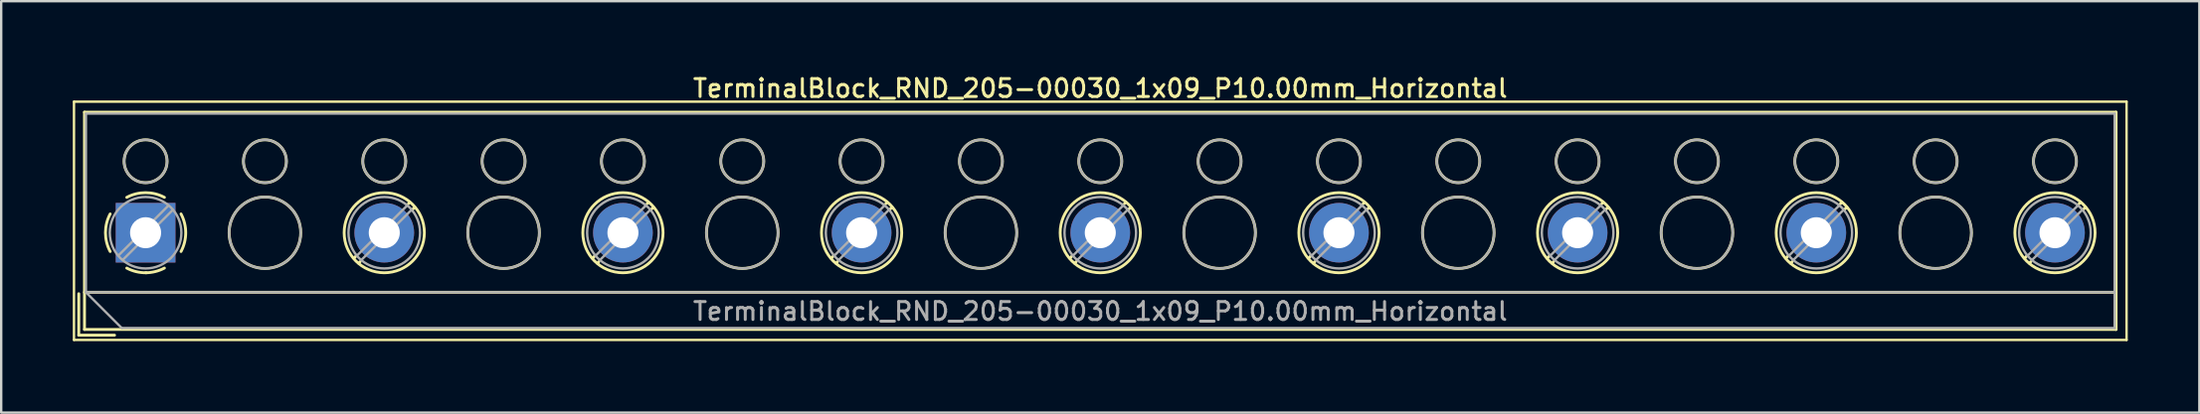
<source format=kicad_pcb>
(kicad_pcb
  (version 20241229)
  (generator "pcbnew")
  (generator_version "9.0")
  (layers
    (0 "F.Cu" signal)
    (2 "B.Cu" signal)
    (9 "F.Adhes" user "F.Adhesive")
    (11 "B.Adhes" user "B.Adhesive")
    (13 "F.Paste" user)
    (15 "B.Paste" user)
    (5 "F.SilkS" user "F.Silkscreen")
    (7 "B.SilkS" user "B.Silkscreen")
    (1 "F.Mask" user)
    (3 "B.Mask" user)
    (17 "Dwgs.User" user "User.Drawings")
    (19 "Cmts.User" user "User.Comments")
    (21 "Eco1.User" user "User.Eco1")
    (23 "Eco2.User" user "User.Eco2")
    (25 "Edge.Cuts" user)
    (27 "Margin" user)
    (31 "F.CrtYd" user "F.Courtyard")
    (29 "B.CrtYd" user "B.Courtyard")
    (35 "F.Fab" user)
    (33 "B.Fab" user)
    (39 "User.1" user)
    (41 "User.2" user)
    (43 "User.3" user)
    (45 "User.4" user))
  (footprint "TerminalBlock_RND_205-00030_1x09_P10.00mm_Horizontal"
    (layer "F.Cu")
    (at 3.05 6.718)
    (property "Reference" "TerminalBlock_RND_205-00030_1x09_P10.00mm_Horizontal" (at 40 -6.06 0) (layer "F.SilkS") (effects (font (size 0.75 0.75) (thickness 0.125))))
    (attr through_hole)
    (fp_line (start -3 -5.5) (end -3 4.5) (stroke (width 0.1) (type solid)) (layer "F.SilkS"))
    (fp_line (start -3 4.5) (end 83 4.5) (stroke (width 0.1) (type solid)) (layer "F.SilkS"))
    (fp_line (start -2.8 2.56) (end -2.8 4.3) (stroke (width 0.12) (type solid)) (layer "F.SilkS"))
    (fp_line (start -2.8 4.3) (end -1.3 4.3) (stroke (width 0.12) (type solid)) (layer "F.SilkS"))
    (fp_line (start -2.56 -5.06) (end -2.56 4.06) (stroke (width 0.12) (type solid)) (layer "F.SilkS"))
    (fp_line (start -2.56 -5.06) (end 82.56 -5.06) (stroke (width 0.12) (type solid)) (layer "F.SilkS"))
    (fp_line (start -2.56 2.5) (end 82.56 2.5) (stroke (width 0.12) (type solid)) (layer "F.SilkS"))
    (fp_line (start -2.56 4.06) (end 82.56 4.06) (stroke (width 0.12) (type solid)) (layer "F.SilkS"))
    (fp_line (start 8.82 0.976) (end 8.726 1.069) (stroke (width 0.12) (type solid)) (layer "F.SilkS"))
    (fp_line (start 8.99 1.216) (end 8.931 1.274) (stroke (width 0.12) (type solid)) (layer "F.SilkS"))
    (fp_line (start 11.07 -1.275) (end 11.011 -1.216) (stroke (width 0.12) (type solid)) (layer "F.SilkS"))
    (fp_line (start 11.275 -1.069) (end 11.181 -0.976) (stroke (width 0.12) (type solid)) (layer "F.SilkS"))
    (fp_line (start 18.82 0.976) (end 18.726 1.069) (stroke (width 0.12) (type solid)) (layer "F.SilkS"))
    (fp_line (start 18.99 1.216) (end 18.931 1.274) (stroke (width 0.12) (type solid)) (layer "F.SilkS"))
    (fp_line (start 21.07 -1.275) (end 21.011 -1.216) (stroke (width 0.12) (type solid)) (layer "F.SilkS"))
    (fp_line (start 21.275 -1.069) (end 21.181 -0.976) (stroke (width 0.12) (type solid)) (layer "F.SilkS"))
    (fp_line (start 28.82 0.976) (end 28.726 1.069) (stroke (width 0.12) (type solid)) (layer "F.SilkS"))
    (fp_line (start 28.99 1.216) (end 28.931 1.274) (stroke (width 0.12) (type solid)) (layer "F.SilkS"))
    (fp_line (start 31.07 -1.275) (end 31.011 -1.216) (stroke (width 0.12) (type solid)) (layer "F.SilkS"))
    (fp_line (start 31.275 -1.069) (end 31.181 -0.976) (stroke (width 0.12) (type solid)) (layer "F.SilkS"))
    (fp_line (start 38.82 0.976) (end 38.726 1.069) (stroke (width 0.12) (type solid)) (layer "F.SilkS"))
    (fp_line (start 38.99 1.216) (end 38.931 1.274) (stroke (width 0.12) (type solid)) (layer "F.SilkS"))
    (fp_line (start 41.07 -1.275) (end 41.011 -1.216) (stroke (width 0.12) (type solid)) (layer "F.SilkS"))
    (fp_line (start 41.275 -1.069) (end 41.181 -0.976) (stroke (width 0.12) (type solid)) (layer "F.SilkS"))
    (fp_line (start 48.82 0.976) (end 48.726 1.069) (stroke (width 0.12) (type solid)) (layer "F.SilkS"))
    (fp_line (start 48.99 1.216) (end 48.931 1.274) (stroke (width 0.12) (type solid)) (layer "F.SilkS"))
    (fp_line (start 51.07 -1.275) (end 51.011 -1.216) (stroke (width 0.12) (type solid)) (layer "F.SilkS"))
    (fp_line (start 51.275 -1.069) (end 51.181 -0.976) (stroke (width 0.12) (type solid)) (layer "F.SilkS"))
    (fp_line (start 58.82 0.976) (end 58.726 1.069) (stroke (width 0.12) (type solid)) (layer "F.SilkS"))
    (fp_line (start 58.99 1.216) (end 58.931 1.274) (stroke (width 0.12) (type solid)) (layer "F.SilkS"))
    (fp_line (start 61.07 -1.275) (end 61.011 -1.216) (stroke (width 0.12) (type solid)) (layer "F.SilkS"))
    (fp_line (start 61.275 -1.069) (end 61.181 -0.976) (stroke (width 0.12) (type solid)) (layer "F.SilkS"))
    (fp_line (start 68.82 0.976) (end 68.726 1.069) (stroke (width 0.12) (type solid)) (layer "F.SilkS"))
    (fp_line (start 68.99 1.216) (end 68.931 1.274) (stroke (width 0.12) (type solid)) (layer "F.SilkS"))
    (fp_line (start 71.07 -1.275) (end 71.011 -1.216) (stroke (width 0.12) (type solid)) (layer "F.SilkS"))
    (fp_line (start 71.275 -1.069) (end 71.181 -0.976) (stroke (width 0.12) (type solid)) (layer "F.SilkS"))
    (fp_line (start 78.82 0.976) (end 78.726 1.069) (stroke (width 0.12) (type solid)) (layer "F.SilkS"))
    (fp_line (start 78.99 1.216) (end 78.931 1.274) (stroke (width 0.12) (type solid)) (layer "F.SilkS"))
    (fp_line (start 81.07 -1.275) (end 81.011 -1.216) (stroke (width 0.12) (type solid)) (layer "F.SilkS"))
    (fp_line (start 81.275 -1.069) (end 81.181 -0.976) (stroke (width 0.12) (type solid)) (layer "F.SilkS"))
    (fp_line (start 82.56 -5.06) (end 82.56 4.06) (stroke (width 0.12) (type solid)) (layer "F.SilkS"))
    (fp_line (start 83 -5.5) (end -3 -5.5) (stroke (width 0.1) (type solid)) (layer "F.SilkS"))
    (fp_line (start 83 4.5) (end 83 -5.5) (stroke (width 0.1) (type solid)) (layer "F.SilkS"))
    (fp_arc (start -1.483953 0.789089) (mid -1.680708 0.00005) (end -1.484 -0.789) (stroke (width 0.12) (type solid)) (layer "F.SilkS"))
    (fp_arc (start -0.789089 -1.483953) (mid -0.00005 -1.680708) (end 0.789 -1.484) (stroke (width 0.12) (type solid)) (layer "F.SilkS"))
    (fp_arc (start 0.029383 1.68045) (mid -0.392304 1.634281) (end -0.789 1.484) (stroke (width 0.12) (type solid)) (layer "F.SilkS"))
    (fp_arc (start 0.788712 1.483352) (mid 0.406429 1.630097) (end 0 1.68) (stroke (width 0.12) (type solid)) (layer "F.SilkS"))
    (fp_arc (start 1.483953 -0.789089) (mid 1.680708 -0.00005) (end 1.484 0.789) (stroke (width 0.12) (type solid)) (layer "F.SilkS"))
    (fp_circle (center 0 -3) (end 0.9 -3) (stroke (width 0.12) (type solid)) (fill no) (layer "F.SilkS"))
    (fp_circle (center 5 -3) (end 5.9 -3) (stroke (width 0.12) (type solid)) (fill no) (layer "F.SilkS"))
    (fp_circle (center 5 0) (end 6.5 0) (stroke (width 0.12) (type solid)) (fill no) (layer "F.SilkS"))
    (fp_circle (center 10 -3) (end 10.9 -3) (stroke (width 0.12) (type solid)) (fill no) (layer "F.SilkS"))
    (fp_circle (center 10 0) (end 11.68 0) (stroke (width 0.12) (type solid)) (fill no) (layer "F.SilkS"))
    (fp_circle (center 15 -3) (end 15.9 -3) (stroke (width 0.12) (type solid)) (fill no) (layer "F.SilkS"))
    (fp_circle (center 15 0) (end 16.5 0) (stroke (width 0.12) (type solid)) (fill no) (layer "F.SilkS"))
    (fp_circle (center 20 -3) (end 20.9 -3) (stroke (width 0.12) (type solid)) (fill no) (layer "F.SilkS"))
    (fp_circle (center 20 0) (end 21.68 0) (stroke (width 0.12) (type solid)) (fill no) (layer "F.SilkS"))
    (fp_circle (center 25 -3) (end 25.9 -3) (stroke (width 0.12) (type solid)) (fill no) (layer "F.SilkS"))
    (fp_circle (center 25 0) (end 26.5 0) (stroke (width 0.12) (type solid)) (fill no) (layer "F.SilkS"))
    (fp_circle (center 30 -3) (end 30.9 -3) (stroke (width 0.12) (type solid)) (fill no) (layer "F.SilkS"))
    (fp_circle (center 30 0) (end 31.68 0) (stroke (width 0.12) (type solid)) (fill no) (layer "F.SilkS"))
    (fp_circle (center 35 -3) (end 35.9 -3) (stroke (width 0.12) (type solid)) (fill no) (layer "F.SilkS"))
    (fp_circle (center 35 0) (end 36.5 0) (stroke (width 0.12) (type solid)) (fill no) (layer "F.SilkS"))
    (fp_circle (center 40 -3) (end 40.9 -3) (stroke (width 0.12) (type solid)) (fill no) (layer "F.SilkS"))
    (fp_circle (center 40 0) (end 41.68 0) (stroke (width 0.12) (type solid)) (fill no) (layer "F.SilkS"))
    (fp_circle (center 45 -3) (end 45.9 -3) (stroke (width 0.12) (type solid)) (fill no) (layer "F.SilkS"))
    (fp_circle (center 45 0) (end 46.5 0) (stroke (width 0.12) (type solid)) (fill no) (layer "F.SilkS"))
    (fp_circle (center 50 -3) (end 50.9 -3) (stroke (width 0.12) (type solid)) (fill no) (layer "F.SilkS"))
    (fp_circle (center 50 0) (end 51.68 0) (stroke (width 0.12) (type solid)) (fill no) (layer "F.SilkS"))
    (fp_circle (center 55 -3) (end 55.9 -3) (stroke (width 0.12) (type solid)) (fill no) (layer "F.SilkS"))
    (fp_circle (center 55 0) (end 56.5 0) (stroke (width 0.12) (type solid)) (fill no) (layer "F.SilkS"))
    (fp_circle (center 60 -3) (end 60.9 -3) (stroke (width 0.12) (type solid)) (fill no) (layer "F.SilkS"))
    (fp_circle (center 60 0) (end 61.68 0) (stroke (width 0.12) (type solid)) (fill no) (layer "F.SilkS"))
    (fp_circle (center 65 -3) (end 65.9 -3) (stroke (width 0.12) (type solid)) (fill no) (layer "F.SilkS"))
    (fp_circle (center 65 0) (end 66.5 0) (stroke (width 0.12) (type solid)) (fill no) (layer "F.SilkS"))
    (fp_circle (center 70 -3) (end 70.9 -3) (stroke (width 0.12) (type solid)) (fill no) (layer "F.SilkS"))
    (fp_circle (center 70 0) (end 71.68 0) (stroke (width 0.12) (type solid)) (fill no) (layer "F.SilkS"))
    (fp_circle (center 75 -3) (end 75.9 -3) (stroke (width 0.12) (type solid)) (fill no) (layer "F.SilkS"))
    (fp_circle (center 75 0) (end 76.5 0) (stroke (width 0.12) (type solid)) (fill no) (layer "F.SilkS"))
    (fp_circle (center 80 -3) (end 80.9 -3) (stroke (width 0.12) (type solid)) (fill no) (layer "F.SilkS"))
    (fp_circle (center 80 0) (end 81.68 0) (stroke (width 0.12) (type solid)) (fill no) (layer "F.SilkS"))
    (fp_line (start -2.5 -5) (end 82.5 -5) (stroke (width 0.1) (type solid)) (layer "F.Fab"))
    (fp_line (start -2.5 2.5) (end -2.5 -5) (stroke (width 0.1) (type solid)) (layer "F.Fab"))
    (fp_line (start -2.5 2.5) (end 82.5 2.5) (stroke (width 0.1) (type solid)) (layer "F.Fab"))
    (fp_line (start -1 4) (end -2.5 2.5) (stroke (width 0.1) (type solid)) (layer "F.Fab"))
    (fp_line (start 0.955 -1.138) (end -1.138 0.955) (stroke (width 0.1) (type solid)) (layer "F.Fab"))
    (fp_line (start 1.138 -0.955) (end -0.955 1.138) (stroke (width 0.1) (type solid)) (layer "F.Fab"))
    (fp_line (start 10.955 -1.138) (end 8.863 0.955) (stroke (width 0.1) (type solid)) (layer "F.Fab"))
    (fp_line (start 11.138 -0.955) (end 9.046 1.138) (stroke (width 0.1) (type solid)) (layer "F.Fab"))
    (fp_line (start 20.955 -1.138) (end 18.863 0.955) (stroke (width 0.1) (type solid)) (layer "F.Fab"))
    (fp_line (start 21.138 -0.955) (end 19.046 1.138) (stroke (width 0.1) (type solid)) (layer "F.Fab"))
    (fp_line (start 30.955 -1.138) (end 28.863 0.955) (stroke (width 0.1) (type solid)) (layer "F.Fab"))
    (fp_line (start 31.138 -0.955) (end 29.046 1.138) (stroke (width 0.1) (type solid)) (layer "F.Fab"))
    (fp_line (start 40.955 -1.138) (end 38.863 0.955) (stroke (width 0.1) (type solid)) (layer "F.Fab"))
    (fp_line (start 41.138 -0.955) (end 39.046 1.138) (stroke (width 0.1) (type solid)) (layer "F.Fab"))
    (fp_line (start 50.955 -1.138) (end 48.863 0.955) (stroke (width 0.1) (type solid)) (layer "F.Fab"))
    (fp_line (start 51.138 -0.955) (end 49.046 1.138) (stroke (width 0.1) (type solid)) (layer "F.Fab"))
    (fp_line (start 60.955 -1.138) (end 58.863 0.955) (stroke (width 0.1) (type solid)) (layer "F.Fab"))
    (fp_line (start 61.138 -0.955) (end 59.046 1.138) (stroke (width 0.1) (type solid)) (layer "F.Fab"))
    (fp_line (start 70.955 -1.138) (end 68.863 0.955) (stroke (width 0.1) (type solid)) (layer "F.Fab"))
    (fp_line (start 71.138 -0.955) (end 69.046 1.138) (stroke (width 0.1) (type solid)) (layer "F.Fab"))
    (fp_line (start 80.955 -1.138) (end 78.863 0.955) (stroke (width 0.1) (type solid)) (layer "F.Fab"))
    (fp_line (start 81.138 -0.955) (end 79.046 1.138) (stroke (width 0.1) (type solid)) (layer "F.Fab"))
    (fp_line (start 82.5 -5) (end 82.5 4) (stroke (width 0.1) (type solid)) (layer "F.Fab"))
    (fp_line (start 82.5 4) (end -1 4) (stroke (width 0.1) (type solid)) (layer "F.Fab"))
    (fp_circle (center 0 -3) (end 0.9 -3) (stroke (width 0.1) (type solid)) (fill no) (layer "F.Fab"))
    (fp_circle (center 0 0) (end 1.5 0) (stroke (width 0.1) (type solid)) (fill no) (layer "F.Fab"))
    (fp_circle (center 5 -3) (end 5.9 -3) (stroke (width 0.1) (type solid)) (fill no) (layer "F.Fab"))
    (fp_circle (center 5 0) (end 6.5 0) (stroke (width 0.1) (type solid)) (fill no) (layer "F.Fab"))
    (fp_circle (center 10 -3) (end 10.9 -3) (stroke (width 0.1) (type solid)) (fill no) (layer "F.Fab"))
    (fp_circle (center 10 0) (end 11.5 0) (stroke (width 0.1) (type solid)) (fill no) (layer "F.Fab"))
    (fp_circle (center 15 -3) (end 15.9 -3) (stroke (width 0.1) (type solid)) (fill no) (layer "F.Fab"))
    (fp_circle (center 15 0) (end 16.5 0) (stroke (width 0.1) (type solid)) (fill no) (layer "F.Fab"))
    (fp_circle (center 20 -3) (end 20.9 -3) (stroke (width 0.1) (type solid)) (fill no) (layer "F.Fab"))
    (fp_circle (center 20 0) (end 21.5 0) (stroke (width 0.1) (type solid)) (fill no) (layer "F.Fab"))
    (fp_circle (center 25 -3) (end 25.9 -3) (stroke (width 0.1) (type solid)) (fill no) (layer "F.Fab"))
    (fp_circle (center 25 0) (end 26.5 0) (stroke (width 0.1) (type solid)) (fill no) (layer "F.Fab"))
    (fp_circle (center 30 -3) (end 30.9 -3) (stroke (width 0.1) (type solid)) (fill no) (layer "F.Fab"))
    (fp_circle (center 30 0) (end 31.5 0) (stroke (width 0.1) (type solid)) (fill no) (layer "F.Fab"))
    (fp_circle (center 35 -3) (end 35.9 -3) (stroke (width 0.1) (type solid)) (fill no) (layer "F.Fab"))
    (fp_circle (center 35 0) (end 36.5 0) (stroke (width 0.1) (type solid)) (fill no) (layer "F.Fab"))
    (fp_circle (center 40 -3) (end 40.9 -3) (stroke (width 0.1) (type solid)) (fill no) (layer "F.Fab"))
    (fp_circle (center 40 0) (end 41.5 0) (stroke (width 0.1) (type solid)) (fill no) (layer "F.Fab"))
    (fp_circle (center 45 -3) (end 45.9 -3) (stroke (width 0.1) (type solid)) (fill no) (layer "F.Fab"))
    (fp_circle (center 45 0) (end 46.5 0) (stroke (width 0.1) (type solid)) (fill no) (layer "F.Fab"))
    (fp_circle (center 50 -3) (end 50.9 -3) (stroke (width 0.1) (type solid)) (fill no) (layer "F.Fab"))
    (fp_circle (center 50 0) (end 51.5 0) (stroke (width 0.1) (type solid)) (fill no) (layer "F.Fab"))
    (fp_circle (center 55 -3) (end 55.9 -3) (stroke (width 0.1) (type solid)) (fill no) (layer "F.Fab"))
    (fp_circle (center 55 0) (end 56.5 0) (stroke (width 0.1) (type solid)) (fill no) (layer "F.Fab"))
    (fp_circle (center 60 -3) (end 60.9 -3) (stroke (width 0.1) (type solid)) (fill no) (layer "F.Fab"))
    (fp_circle (center 60 0) (end 61.5 0) (stroke (width 0.1) (type solid)) (fill no) (layer "F.Fab"))
    (fp_circle (center 65 -3) (end 65.9 -3) (stroke (width 0.1) (type solid)) (fill no) (layer "F.Fab"))
    (fp_circle (center 65 0) (end 66.5 0) (stroke (width 0.1) (type solid)) (fill no) (layer "F.Fab"))
    (fp_circle (center 70 -3) (end 70.9 -3) (stroke (width 0.1) (type solid)) (fill no) (layer "F.Fab"))
    (fp_circle (center 70 0) (end 71.5 0) (stroke (width 0.1) (type solid)) (fill no) (layer "F.Fab"))
    (fp_circle (center 75 -3) (end 75.9 -3) (stroke (width 0.1) (type solid)) (fill no) (layer "F.Fab"))
    (fp_circle (center 75 0) (end 76.5 0) (stroke (width 0.1) (type solid)) (fill no) (layer "F.Fab"))
    (fp_circle (center 80 -3) (end 80.9 -3) (stroke (width 0.1) (type solid)) (fill no) (layer "F.Fab"))
    (fp_circle (center 80 0) (end 81.5 0) (stroke (width 0.1) (type solid)) (fill no) (layer "F.Fab"))
    (fp_text user "${REFERENCE}" (at 40 3.3 0) (layer "F.Fab") (effects (font (size 0.75 0.75) (thickness 0.125))))
    (pad "1" thru_hole rect (at 0 0) (size 2.5 2.5) (drill 1.3) (layers "*.Cu" "*.Mask"))
    (pad "2" thru_hole circle (at 10 0) (size 2.5 2.5) (drill 1.3) (layers "*.Cu" "*.Mask"))
    (pad "3" thru_hole circle (at 20 0) (size 2.5 2.5) (drill 1.3) (layers "*.Cu" "*.Mask"))
    (pad "4" thru_hole circle (at 30 0) (size 2.5 2.5) (drill 1.3) (layers "*.Cu" "*.Mask"))
    (pad "5" thru_hole circle (at 40 0) (size 2.5 2.5) (drill 1.3) (layers "*.Cu" "*.Mask"))
    (pad "6" thru_hole circle (at 50 0) (size 2.5 2.5) (drill 1.3) (layers "*.Cu" "*.Mask"))
    (pad "7" thru_hole circle (at 60 0) (size 2.5 2.5) (drill 1.3) (layers "*.Cu" "*.Mask"))
    (pad "8" thru_hole circle (at 70 0) (size 2.5 2.5) (drill 1.3) (layers "*.Cu" "*.Mask"))
    (pad "9" thru_hole circle (at 80 0) (size 2.5 2.5) (drill 1.3) (layers "*.Cu" "*.Mask")))
  (gr_rect
    (start -3 -3)
    (end 89.1 14.268)
    (stroke (width 0.1) (type default))
    (fill no)
    (layer "Edge.Cuts")))
</source>
